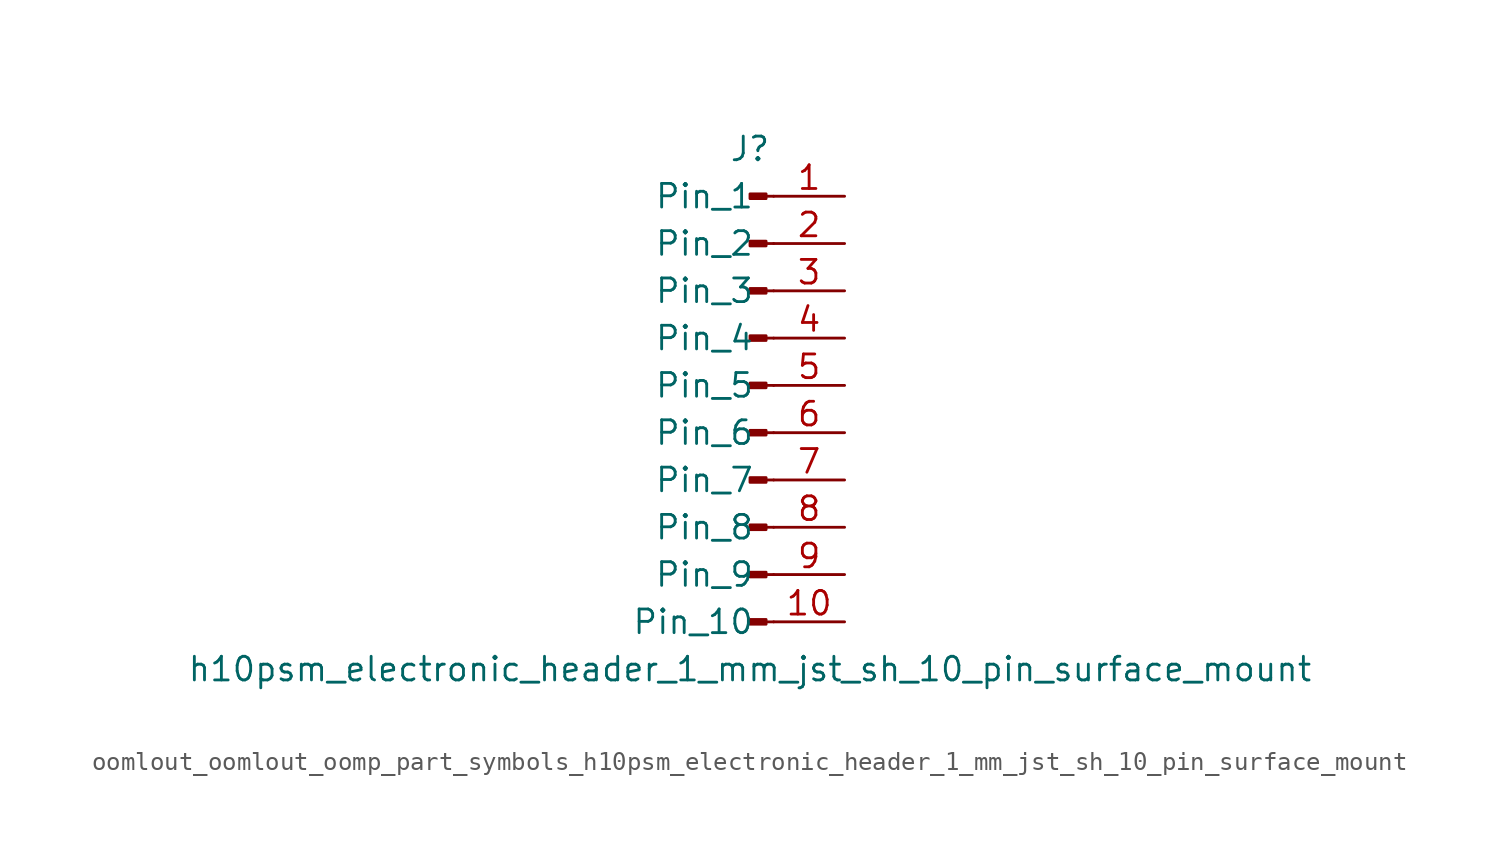
<source format=kicad_sym>
(kicad_symbol_lib
  (version 20220914)
  (generator kicad_symbol_editor)
  (symbol "oomlout_oomlout_oomp_part_symbols_h10psm_electronic_header_1_mm_jst_sh_10_pin_surface_mount"
    (pin_names
      (offset 1.016))
    (property "Reference" "J"
      (at 0 12.7 0)
      (effects (font (size 1.27 1.27))))
    (property "Value" "h10psm_electronic_header_1_mm_jst_sh_10_pin_surface_mount"
      (at 0 -15.24 0)
      (effects (font (size 1.27 1.27))))
    (property "ki_locked" ""
      (at 0 0 0)
      (effects (font (size 1.27 1.27))))
    (symbol "oomlout_oomlout_oomp_part_symbols_h10psm_electronic_header_1_mm_jst_sh_10_pin_surface_mount_1_1"
      (polyline (pts (xy 1.27 -12.7) (xy 0.864 -12.7)) (stroke (width 0.152) (type default)) (fill (type none)))
      (polyline (pts (xy 1.27 -10.16) (xy 0.864 -10.16)) (stroke (width 0.152) (type default)) (fill (type none)))
      (polyline (pts (xy 1.27 -7.62) (xy 0.864 -7.62)) (stroke (width 0.152) (type default)) (fill (type none)))
      (polyline (pts (xy 1.27 -5.08) (xy 0.864 -5.08)) (stroke (width 0.152) (type default)) (fill (type none)))
      (polyline (pts (xy 1.27 -2.54) (xy 0.864 -2.54)) (stroke (width 0.152) (type default)) (fill (type none)))
      (polyline (pts (xy 1.27 0) (xy 0.864 0)) (stroke (width 0.152) (type default)) (fill (type none)))
      (polyline (pts (xy 1.27 2.54) (xy 0.864 2.54)) (stroke (width 0.152) (type default)) (fill (type none)))
      (polyline (pts (xy 1.27 5.08) (xy 0.864 5.08)) (stroke (width 0.152) (type default)) (fill (type none)))
      (polyline (pts (xy 1.27 7.62) (xy 0.864 7.62)) (stroke (width 0.152) (type default)) (fill (type none)))
      (polyline (pts (xy 1.27 10.16) (xy 0.864 10.16)) (stroke (width 0.152) (type default)) (fill (type none)))
      (rectangle (start 0.864 -12.573) (end 0 -12.827) (stroke (width 0.152) (type default)) (fill (type outline)))
      (rectangle (start 0.864 -10.033) (end 0 -10.287) (stroke (width 0.152) (type default)) (fill (type outline)))
      (rectangle (start 0.864 -7.493) (end 0 -7.747) (stroke (width 0.152) (type default)) (fill (type outline)))
      (rectangle (start 0.864 -4.953) (end 0 -5.207) (stroke (width 0.152) (type default)) (fill (type outline)))
      (rectangle (start 0.864 -2.413) (end 0 -2.667) (stroke (width 0.152) (type default)) (fill (type outline)))
      (rectangle (start 0.864 0.127) (end 0 -0.127) (stroke (width 0.152) (type default)) (fill (type outline)))
      (rectangle (start 0.864 2.667) (end 0 2.413) (stroke (width 0.152) (type default)) (fill (type outline)))
      (rectangle (start 0.864 5.207) (end 0 4.953) (stroke (width 0.152) (type default)) (fill (type outline)))
      (rectangle (start 0.864 7.747) (end 0 7.493) (stroke (width 0.152) (type default)) (fill (type outline)))
      (rectangle (start 0.864 10.287) (end 0 10.033) (stroke (width 0.152) (type default)) (fill (type outline)))
      (pin passive line (at 5.08 10.16 180) (length 3.81) (name "Pin_1" (effects (font (size 1.27 1.27)))) (number "1" (effects (font (size 1.27 1.27)))))
      (pin passive line (at 5.08 -12.7 180) (length 3.81) (name "Pin_10" (effects (font (size 1.27 1.27)))) (number "10" (effects (font (size 1.27 1.27)))))
      (pin passive line (at 5.08 7.62 180) (length 3.81) (name "Pin_2" (effects (font (size 1.27 1.27)))) (number "2" (effects (font (size 1.27 1.27)))))
      (pin passive line (at 5.08 5.08 180) (length 3.81) (name "Pin_3" (effects (font (size 1.27 1.27)))) (number "3" (effects (font (size 1.27 1.27)))))
      (pin passive line (at 5.08 2.54 180) (length 3.81) (name "Pin_4" (effects (font (size 1.27 1.27)))) (number "4" (effects (font (size 1.27 1.27)))))
      (pin passive line (at 5.08 0 180) (length 3.81) (name "Pin_5" (effects (font (size 1.27 1.27)))) (number "5" (effects (font (size 1.27 1.27)))))
      (pin passive line (at 5.08 -2.54 180) (length 3.81) (name "Pin_6" (effects (font (size 1.27 1.27)))) (number "6" (effects (font (size 1.27 1.27)))))
      (pin passive line (at 5.08 -5.08 180) (length 3.81) (name "Pin_7" (effects (font (size 1.27 1.27)))) (number "7" (effects (font (size 1.27 1.27)))))
      (pin passive line (at 5.08 -7.62 180) (length 3.81) (name "Pin_8" (effects (font (size 1.27 1.27)))) (number "8" (effects (font (size 1.27 1.27)))))
      (pin passive line (at 5.08 -10.16 180) (length 3.81) (name "Pin_9" (effects (font (size 1.27 1.27)))) (number "9" (effects (font (size 1.27 1.27))))))))
</source>
